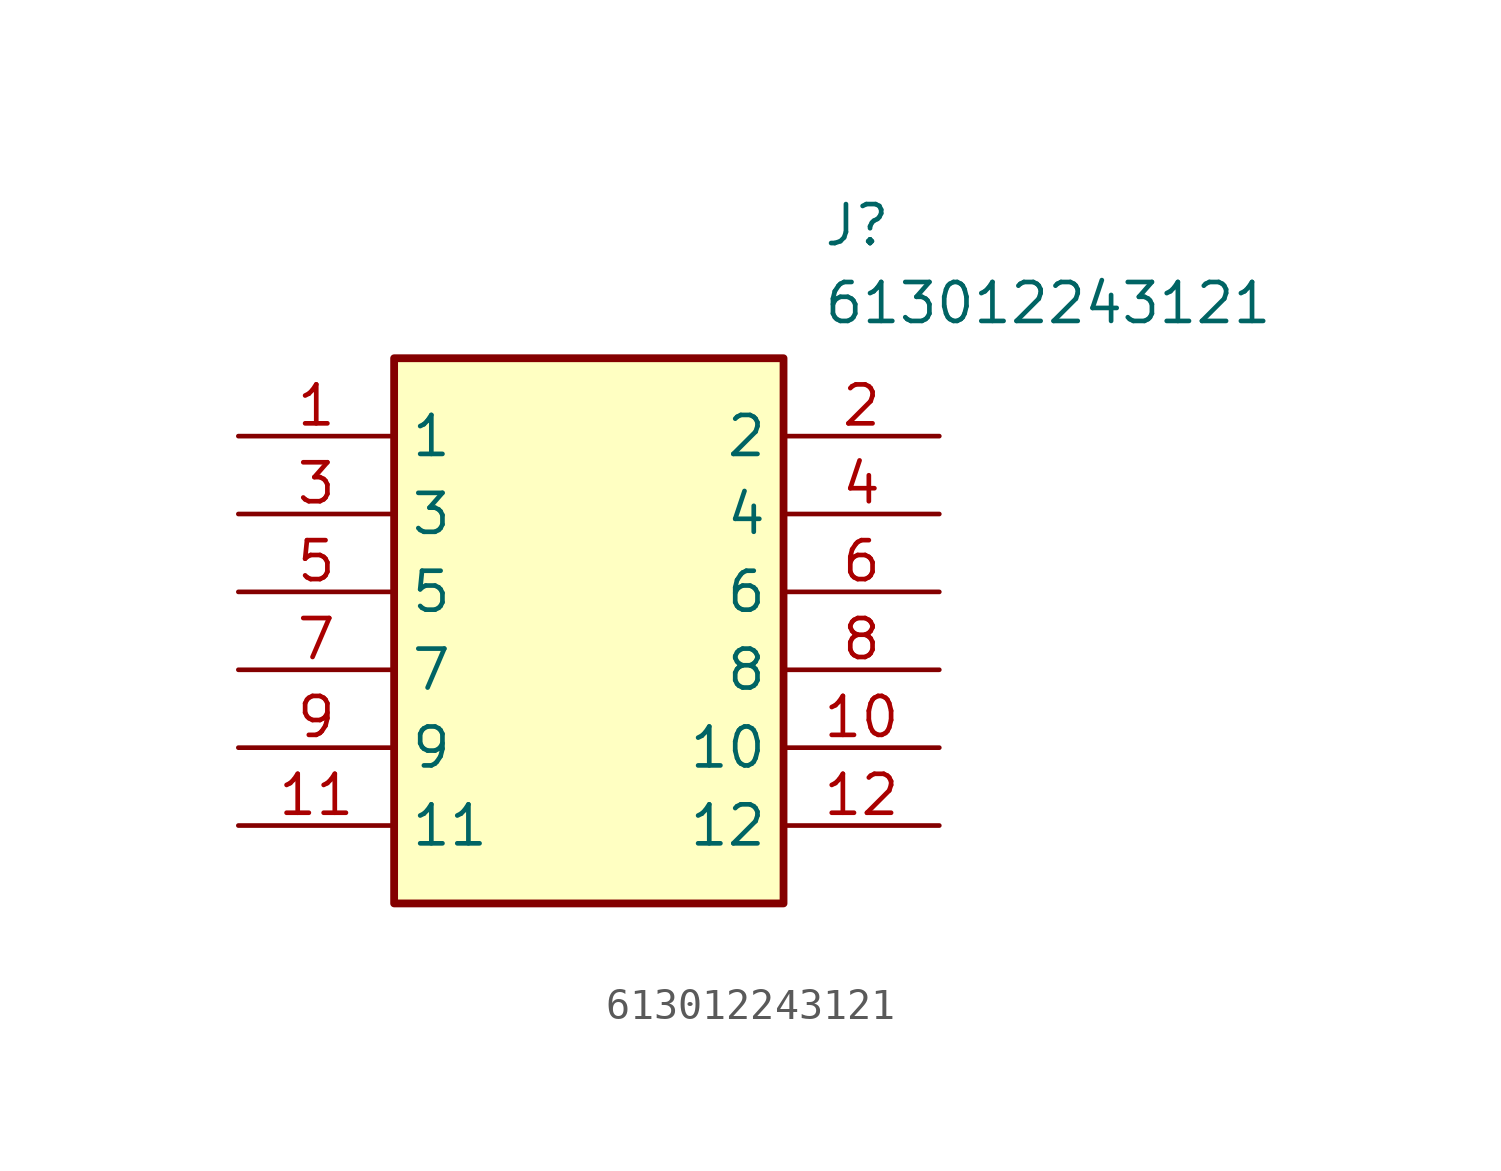
<source format=kicad_sym>
(kicad_symbol_lib
  (version 20211014)
  (generator SamacSys_ECAD_Model)
  (symbol "613012243121"
    (property "Reference" "J"
      (at 19.05 7.62 0)
      (effects (font (size 1.27 1.27)) (justify left top)))
    (property "Value" "613012243121"
      (at 19.05 5.08 0)
      (effects (font (size 1.27 1.27)) (justify left top)))
    (rectangle
      (start 5.08 2.54)
      (end 17.78 -15.24)
      (stroke (width 0.254) (type default))
      (fill (type background)))
    (pin passive line
      (at 0 0 0)
      (length 5.08)
      (name "1" (effects (font (size 1.27 1.27))))
      (number "1" (effects (font (size 1.27 1.27)))))
    (pin passive line
      (at 22.86 0 180)
      (length 5.08)
      (name "2" (effects (font (size 1.27 1.27))))
      (number "2" (effects (font (size 1.27 1.27)))))
    (pin passive line
      (at 0 -2.54 0)
      (length 5.08)
      (name "3" (effects (font (size 1.27 1.27))))
      (number "3" (effects (font (size 1.27 1.27)))))
    (pin passive line
      (at 22.86 -2.54 180)
      (length 5.08)
      (name "4" (effects (font (size 1.27 1.27))))
      (number "4" (effects (font (size 1.27 1.27)))))
    (pin passive line
      (at 0 -5.08 0)
      (length 5.08)
      (name "5" (effects (font (size 1.27 1.27))))
      (number "5" (effects (font (size 1.27 1.27)))))
    (pin passive line
      (at 22.86 -5.08 180)
      (length 5.08)
      (name "6" (effects (font (size 1.27 1.27))))
      (number "6" (effects (font (size 1.27 1.27)))))
    (pin passive line
      (at 0 -7.62 0)
      (length 5.08)
      (name "7" (effects (font (size 1.27 1.27))))
      (number "7" (effects (font (size 1.27 1.27)))))
    (pin passive line
      (at 22.86 -7.62 180)
      (length 5.08)
      (name "8" (effects (font (size 1.27 1.27))))
      (number "8" (effects (font (size 1.27 1.27)))))
    (pin passive line
      (at 0 -10.16 0)
      (length 5.08)
      (name "9" (effects (font (size 1.27 1.27))))
      (number "9" (effects (font (size 1.27 1.27)))))
    (pin passive line
      (at 22.86 -10.16 180)
      (length 5.08)
      (name "10" (effects (font (size 1.27 1.27))))
      (number "10" (effects (font (size 1.27 1.27)))))
    (pin passive line
      (at 0 -12.7 0)
      (length 5.08)
      (name "11" (effects (font (size 1.27 1.27))))
      (number "11" (effects (font (size 1.27 1.27)))))
    (pin passive line
      (at 22.86 -12.7 180)
      (length 5.08)
      (name "12" (effects (font (size 1.27 1.27))))
      (number "12" (effects (font (size 1.27 1.27)))))))
</source>
